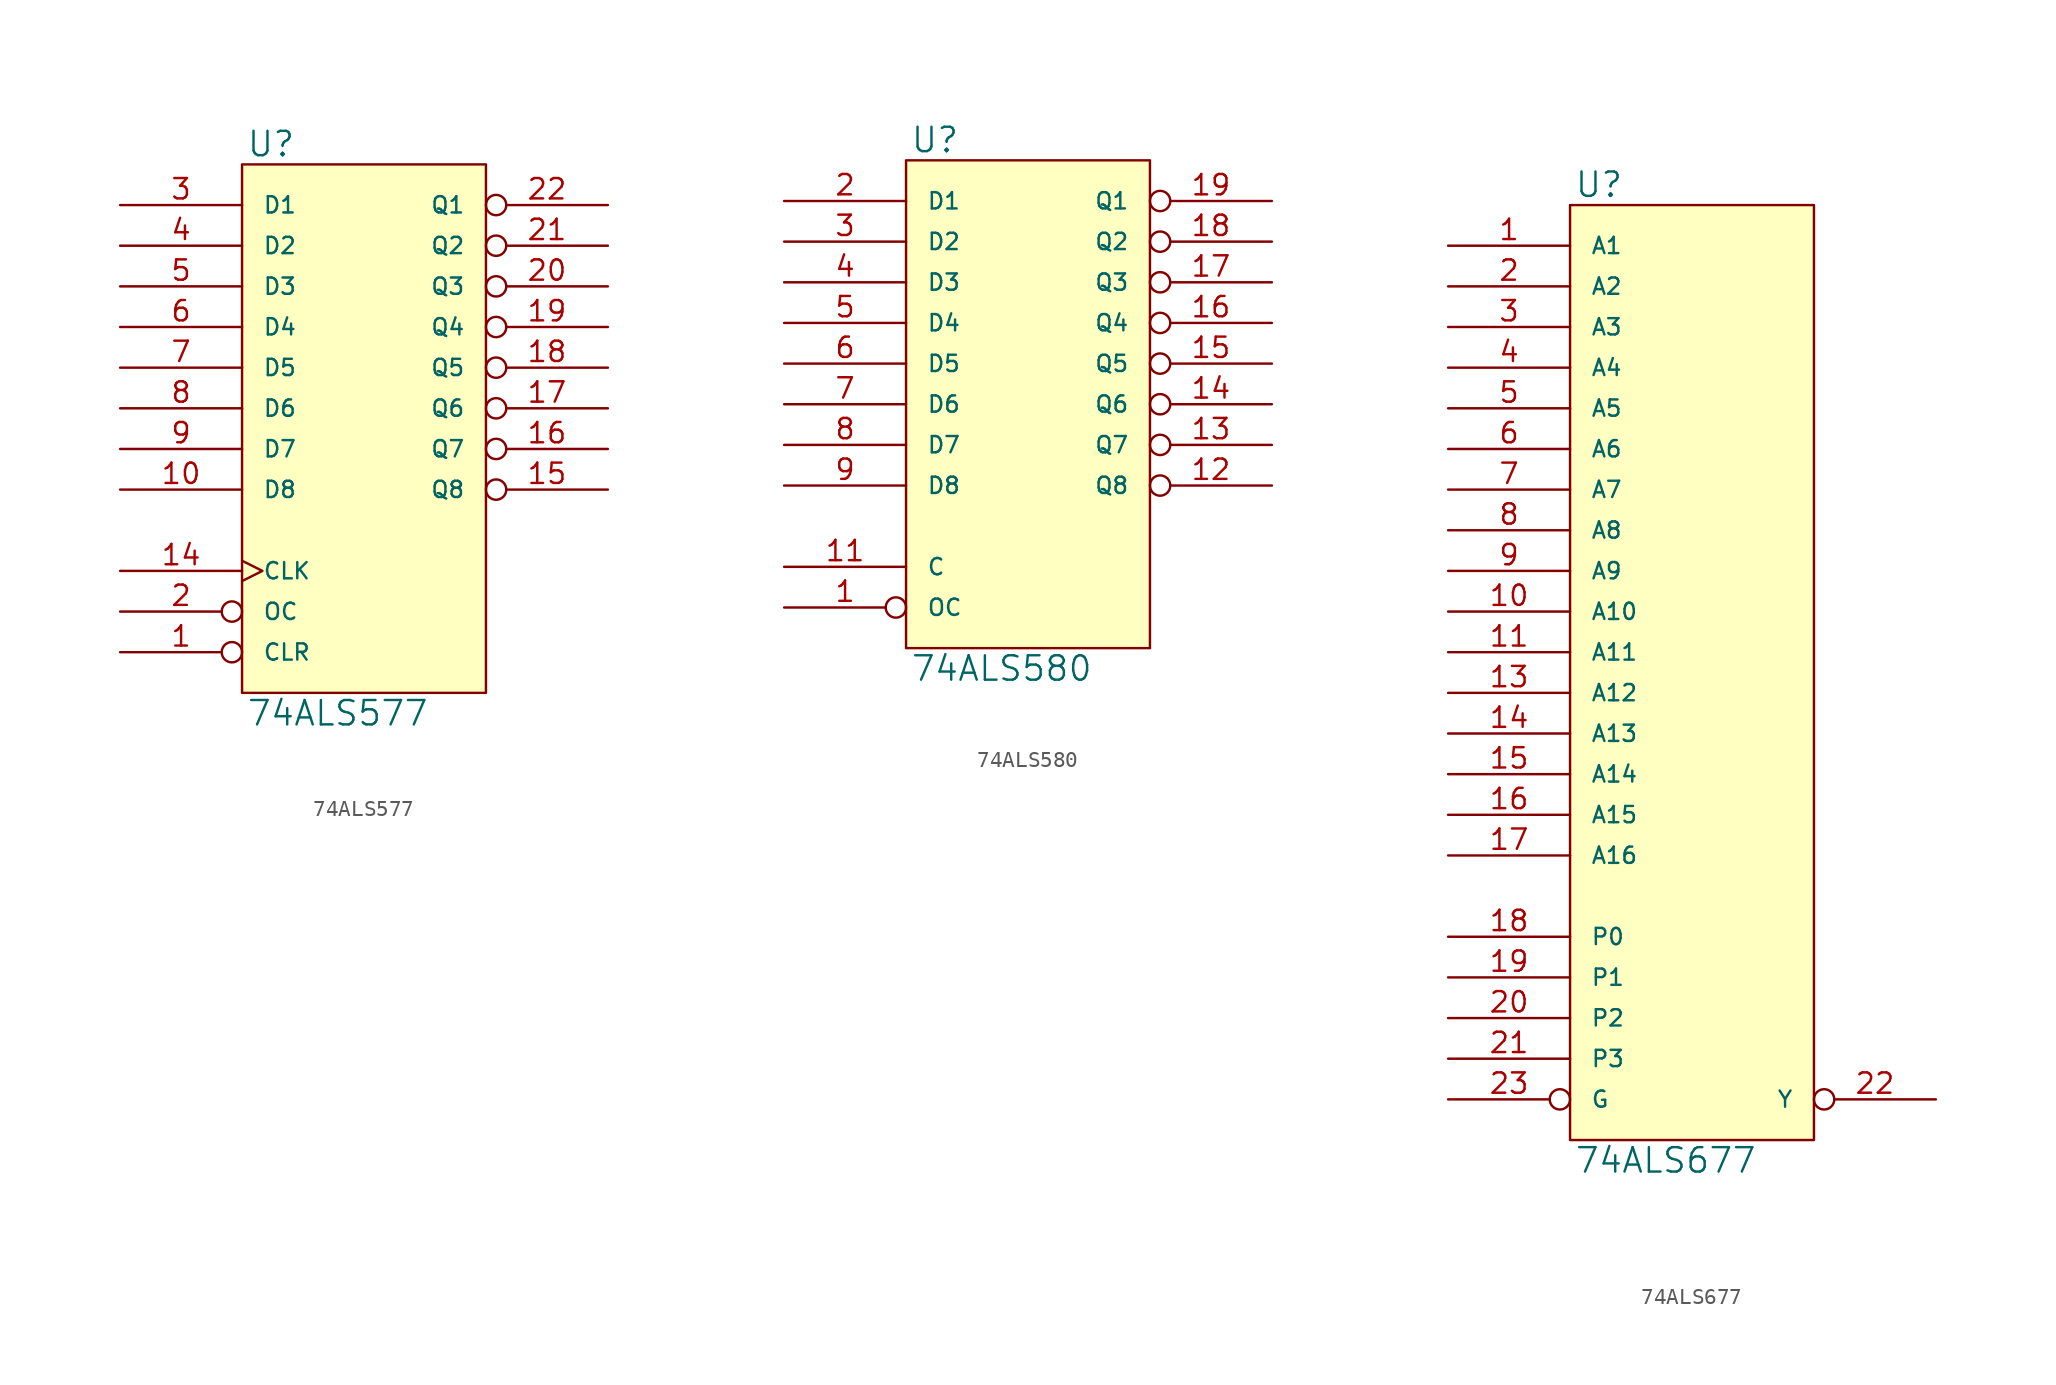
<source format=kicad_sym>
(kicad_symbol_lib
  (version 20231120)
  (generator "kicad_symbol_editor")
  (generator_version "8.0")
  (symbol "74ALS577"
    (pin_names
      (offset 1.27))
    (property "Reference" "U"
      (at 0.254 0.381 0)
      (effects (font (size 1.524 1.524)) (justify left bottom)))
    (property "Value" "74ALS577"
      (at 0.254 -33.401 0)
      (effects (font (size 1.524 1.524)) (justify left top)))
    (symbol "74ALS577_0_1"
      (rectangle (start 0 0) (end 15.24 -33.02) (stroke (width 0) (type solid)) (fill (type background))))
    (symbol "74ALS577_1_1"
      (pin input inverted (at -7.62 -30.48 0) (length 7.62) (name "CLR" (effects (font (size 1.016 1.016)))) (number "1" (effects (font (size 1.27 1.27)))))
      (pin input line (at -7.62 -20.32 0) (length 7.62) (name "D8" (effects (font (size 1.016 1.016)))) (number "10" (effects (font (size 1.27 1.27)))))
      (pin power_in line (at 0 -33.02 90) (length 0) hide (name "GND" (effects (font (size 1.016 1.016)))) (number "12" (effects (font (size 1.27 1.27)))))
      (pin input clock (at -7.62 -25.4 0) (length 7.62) (name "CLK" (effects (font (size 1.016 1.016)))) (number "14" (effects (font (size 1.27 1.27)))))
      (pin tri_state inverted (at 22.86 -20.32 180) (length 7.62) (name "Q8" (effects (font (size 1.016 1.016)))) (number "15" (effects (font (size 1.27 1.27)))))
      (pin tri_state inverted (at 22.86 -17.78 180) (length 7.62) (name "Q7" (effects (font (size 1.016 1.016)))) (number "16" (effects (font (size 1.27 1.27)))))
      (pin tri_state inverted (at 22.86 -15.24 180) (length 7.62) (name "Q6" (effects (font (size 1.016 1.016)))) (number "17" (effects (font (size 1.27 1.27)))))
      (pin tri_state inverted (at 22.86 -12.7 180) (length 7.62) (name "Q5" (effects (font (size 1.016 1.016)))) (number "18" (effects (font (size 1.27 1.27)))))
      (pin tri_state inverted (at 22.86 -10.16 180) (length 7.62) (name "Q4" (effects (font (size 1.016 1.016)))) (number "19" (effects (font (size 1.27 1.27)))))
      (pin input inverted (at -7.62 -27.94 0) (length 7.62) (name "OC" (effects (font (size 1.016 1.016)))) (number "2" (effects (font (size 1.27 1.27)))))
      (pin tri_state inverted (at 22.86 -7.62 180) (length 7.62) (name "Q3" (effects (font (size 1.016 1.016)))) (number "20" (effects (font (size 1.27 1.27)))))
      (pin tri_state inverted (at 22.86 -5.08 180) (length 7.62) (name "Q2" (effects (font (size 1.016 1.016)))) (number "21" (effects (font (size 1.27 1.27)))))
      (pin tri_state inverted (at 22.86 -2.54 180) (length 7.62) (name "Q1" (effects (font (size 1.016 1.016)))) (number "22" (effects (font (size 1.27 1.27)))))
      (pin power_in line (at 0 0 270) (length 0) hide (name "VCC" (effects (font (size 1.016 1.016)))) (number "24" (effects (font (size 1.27 1.27)))))
      (pin input line (at -7.62 -2.54 0) (length 7.62) (name "D1" (effects (font (size 1.016 1.016)))) (number "3" (effects (font (size 1.27 1.27)))))
      (pin input line (at -7.62 -5.08 0) (length 7.62) (name "D2" (effects (font (size 1.016 1.016)))) (number "4" (effects (font (size 1.27 1.27)))))
      (pin input line (at -7.62 -7.62 0) (length 7.62) (name "D3" (effects (font (size 1.016 1.016)))) (number "5" (effects (font (size 1.27 1.27)))))
      (pin input line (at -7.62 -10.16 0) (length 7.62) (name "D4" (effects (font (size 1.016 1.016)))) (number "6" (effects (font (size 1.27 1.27)))))
      (pin input line (at -7.62 -12.7 0) (length 7.62) (name "D5" (effects (font (size 1.016 1.016)))) (number "7" (effects (font (size 1.27 1.27)))))
      (pin input line (at -7.62 -15.24 0) (length 7.62) (name "D6" (effects (font (size 1.016 1.016)))) (number "8" (effects (font (size 1.27 1.27)))))
      (pin input line (at -7.62 -17.78 0) (length 7.62) (name "D7" (effects (font (size 1.016 1.016)))) (number "9" (effects (font (size 1.27 1.27)))))))
  (symbol "74ALS580"
    (pin_names
      (offset 1.27))
    (property "Reference" "U"
      (at 0.254 0.381 0)
      (effects (font (size 1.524 1.524)) (justify left bottom)))
    (property "Value" "74ALS580"
      (at 0.254 -30.861 0)
      (effects (font (size 1.524 1.524)) (justify left top)))
    (symbol "74ALS580_0_1"
      (rectangle (start 0 0) (end 15.24 -30.48) (stroke (width 0) (type solid)) (fill (type background))))
    (symbol "74ALS580_1_1"
      (pin input inverted (at -7.62 -27.94 0) (length 7.62) (name "OC" (effects (font (size 1.016 1.016)))) (number "1" (effects (font (size 1.27 1.27)))))
      (pin power_in line (at 0 -30.48 90) (length 0) hide (name "GND" (effects (font (size 1.016 1.016)))) (number "10" (effects (font (size 1.27 1.27)))))
      (pin input line (at -7.62 -25.4 0) (length 7.62) (name "C" (effects (font (size 1.016 1.016)))) (number "11" (effects (font (size 1.27 1.27)))))
      (pin tri_state inverted (at 22.86 -20.32 180) (length 7.62) (name "Q8" (effects (font (size 1.016 1.016)))) (number "12" (effects (font (size 1.27 1.27)))))
      (pin tri_state inverted (at 22.86 -17.78 180) (length 7.62) (name "Q7" (effects (font (size 1.016 1.016)))) (number "13" (effects (font (size 1.27 1.27)))))
      (pin tri_state inverted (at 22.86 -15.24 180) (length 7.62) (name "Q6" (effects (font (size 1.016 1.016)))) (number "14" (effects (font (size 1.27 1.27)))))
      (pin tri_state inverted (at 22.86 -12.7 180) (length 7.62) (name "Q5" (effects (font (size 1.016 1.016)))) (number "15" (effects (font (size 1.27 1.27)))))
      (pin tri_state inverted (at 22.86 -10.16 180) (length 7.62) (name "Q4" (effects (font (size 1.016 1.016)))) (number "16" (effects (font (size 1.27 1.27)))))
      (pin tri_state inverted (at 22.86 -7.62 180) (length 7.62) (name "Q3" (effects (font (size 1.016 1.016)))) (number "17" (effects (font (size 1.27 1.27)))))
      (pin tri_state inverted (at 22.86 -5.08 180) (length 7.62) (name "Q2" (effects (font (size 1.016 1.016)))) (number "18" (effects (font (size 1.27 1.27)))))
      (pin tri_state inverted (at 22.86 -2.54 180) (length 7.62) (name "Q1" (effects (font (size 1.016 1.016)))) (number "19" (effects (font (size 1.27 1.27)))))
      (pin input line (at -7.62 -2.54 0) (length 7.62) (name "D1" (effects (font (size 1.016 1.016)))) (number "2" (effects (font (size 1.27 1.27)))))
      (pin power_in line (at 0 0 270) (length 0) hide (name "VCC" (effects (font (size 1.016 1.016)))) (number "20" (effects (font (size 1.27 1.27)))))
      (pin input line (at -7.62 -5.08 0) (length 7.62) (name "D2" (effects (font (size 1.016 1.016)))) (number "3" (effects (font (size 1.27 1.27)))))
      (pin input line (at -7.62 -7.62 0) (length 7.62) (name "D3" (effects (font (size 1.016 1.016)))) (number "4" (effects (font (size 1.27 1.27)))))
      (pin input line (at -7.62 -10.16 0) (length 7.62) (name "D4" (effects (font (size 1.016 1.016)))) (number "5" (effects (font (size 1.27 1.27)))))
      (pin input line (at -7.62 -12.7 0) (length 7.62) (name "D5" (effects (font (size 1.016 1.016)))) (number "6" (effects (font (size 1.27 1.27)))))
      (pin input line (at -7.62 -15.24 0) (length 7.62) (name "D6" (effects (font (size 1.016 1.016)))) (number "7" (effects (font (size 1.27 1.27)))))
      (pin input line (at -7.62 -17.78 0) (length 7.62) (name "D7" (effects (font (size 1.016 1.016)))) (number "8" (effects (font (size 1.27 1.27)))))
      (pin input line (at -7.62 -20.32 0) (length 7.62) (name "D8" (effects (font (size 1.016 1.016)))) (number "9" (effects (font (size 1.27 1.27)))))))
  (symbol "74ALS677"
    (pin_names
      (offset 1.27))
    (property "Reference" "U"
      (at 0.254 0.381 0)
      (effects (font (size 1.524 1.524)) (justify left bottom)))
    (property "Value" "74ALS677"
      (at 0.254 -58.801 0)
      (effects (font (size 1.524 1.524)) (justify left top)))
    (symbol "74ALS677_0_1"
      (rectangle (start 0 0) (end 15.24 -58.42) (stroke (width 0) (type solid)) (fill (type background))))
    (symbol "74ALS677_1_1"
      (pin input line (at -7.62 -2.54 0) (length 7.62) (name "A1" (effects (font (size 1.016 1.016)))) (number "1" (effects (font (size 1.27 1.27)))))
      (pin input line (at -7.62 -25.4 0) (length 7.62) (name "A10" (effects (font (size 1.016 1.016)))) (number "10" (effects (font (size 1.27 1.27)))))
      (pin input line (at -7.62 -27.94 0) (length 7.62) (name "A11" (effects (font (size 1.016 1.016)))) (number "11" (effects (font (size 1.27 1.27)))))
      (pin power_in line (at 0 -58.42 90) (length 0) hide (name "GND" (effects (font (size 1.016 1.016)))) (number "12" (effects (font (size 1.27 1.27)))))
      (pin input line (at -7.62 -30.48 0) (length 7.62) (name "A12" (effects (font (size 1.016 1.016)))) (number "13" (effects (font (size 1.27 1.27)))))
      (pin input line (at -7.62 -33.02 0) (length 7.62) (name "A13" (effects (font (size 1.016 1.016)))) (number "14" (effects (font (size 1.27 1.27)))))
      (pin input line (at -7.62 -35.56 0) (length 7.62) (name "A14" (effects (font (size 1.016 1.016)))) (number "15" (effects (font (size 1.27 1.27)))))
      (pin input line (at -7.62 -38.1 0) (length 7.62) (name "A15" (effects (font (size 1.016 1.016)))) (number "16" (effects (font (size 1.27 1.27)))))
      (pin input line (at -7.62 -40.64 0) (length 7.62) (name "A16" (effects (font (size 1.016 1.016)))) (number "17" (effects (font (size 1.27 1.27)))))
      (pin input line (at -7.62 -45.72 0) (length 7.62) (name "P0" (effects (font (size 1.016 1.016)))) (number "18" (effects (font (size 1.27 1.27)))))
      (pin input line (at -7.62 -48.26 0) (length 7.62) (name "P1" (effects (font (size 1.016 1.016)))) (number "19" (effects (font (size 1.27 1.27)))))
      (pin input line (at -7.62 -5.08 0) (length 7.62) (name "A2" (effects (font (size 1.016 1.016)))) (number "2" (effects (font (size 1.27 1.27)))))
      (pin input line (at -7.62 -50.8 0) (length 7.62) (name "P2" (effects (font (size 1.016 1.016)))) (number "20" (effects (font (size 1.27 1.27)))))
      (pin input line (at -7.62 -53.34 0) (length 7.62) (name "P3" (effects (font (size 1.016 1.016)))) (number "21" (effects (font (size 1.27 1.27)))))
      (pin output inverted (at 22.86 -55.88 180) (length 7.62) (name "Y" (effects (font (size 1.016 1.016)))) (number "22" (effects (font (size 1.27 1.27)))))
      (pin input inverted (at -7.62 -55.88 0) (length 7.62) (name "G" (effects (font (size 1.016 1.016)))) (number "23" (effects (font (size 1.27 1.27)))))
      (pin power_in line (at 0 0 270) (length 0) hide (name "VCC" (effects (font (size 1.016 1.016)))) (number "24" (effects (font (size 1.27 1.27)))))
      (pin input line (at -7.62 -7.62 0) (length 7.62) (name "A3" (effects (font (size 1.016 1.016)))) (number "3" (effects (font (size 1.27 1.27)))))
      (pin input line (at -7.62 -10.16 0) (length 7.62) (name "A4" (effects (font (size 1.016 1.016)))) (number "4" (effects (font (size 1.27 1.27)))))
      (pin input line (at -7.62 -12.7 0) (length 7.62) (name "A5" (effects (font (size 1.016 1.016)))) (number "5" (effects (font (size 1.27 1.27)))))
      (pin input line (at -7.62 -15.24 0) (length 7.62) (name "A6" (effects (font (size 1.016 1.016)))) (number "6" (effects (font (size 1.27 1.27)))))
      (pin input line (at -7.62 -17.78 0) (length 7.62) (name "A7" (effects (font (size 1.016 1.016)))) (number "7" (effects (font (size 1.27 1.27)))))
      (pin input line (at -7.62 -20.32 0) (length 7.62) (name "A8" (effects (font (size 1.016 1.016)))) (number "8" (effects (font (size 1.27 1.27)))))
      (pin input line (at -7.62 -22.86 0) (length 7.62) (name "A9" (effects (font (size 1.016 1.016)))) (number "9" (effects (font (size 1.27 1.27))))))))
</source>
